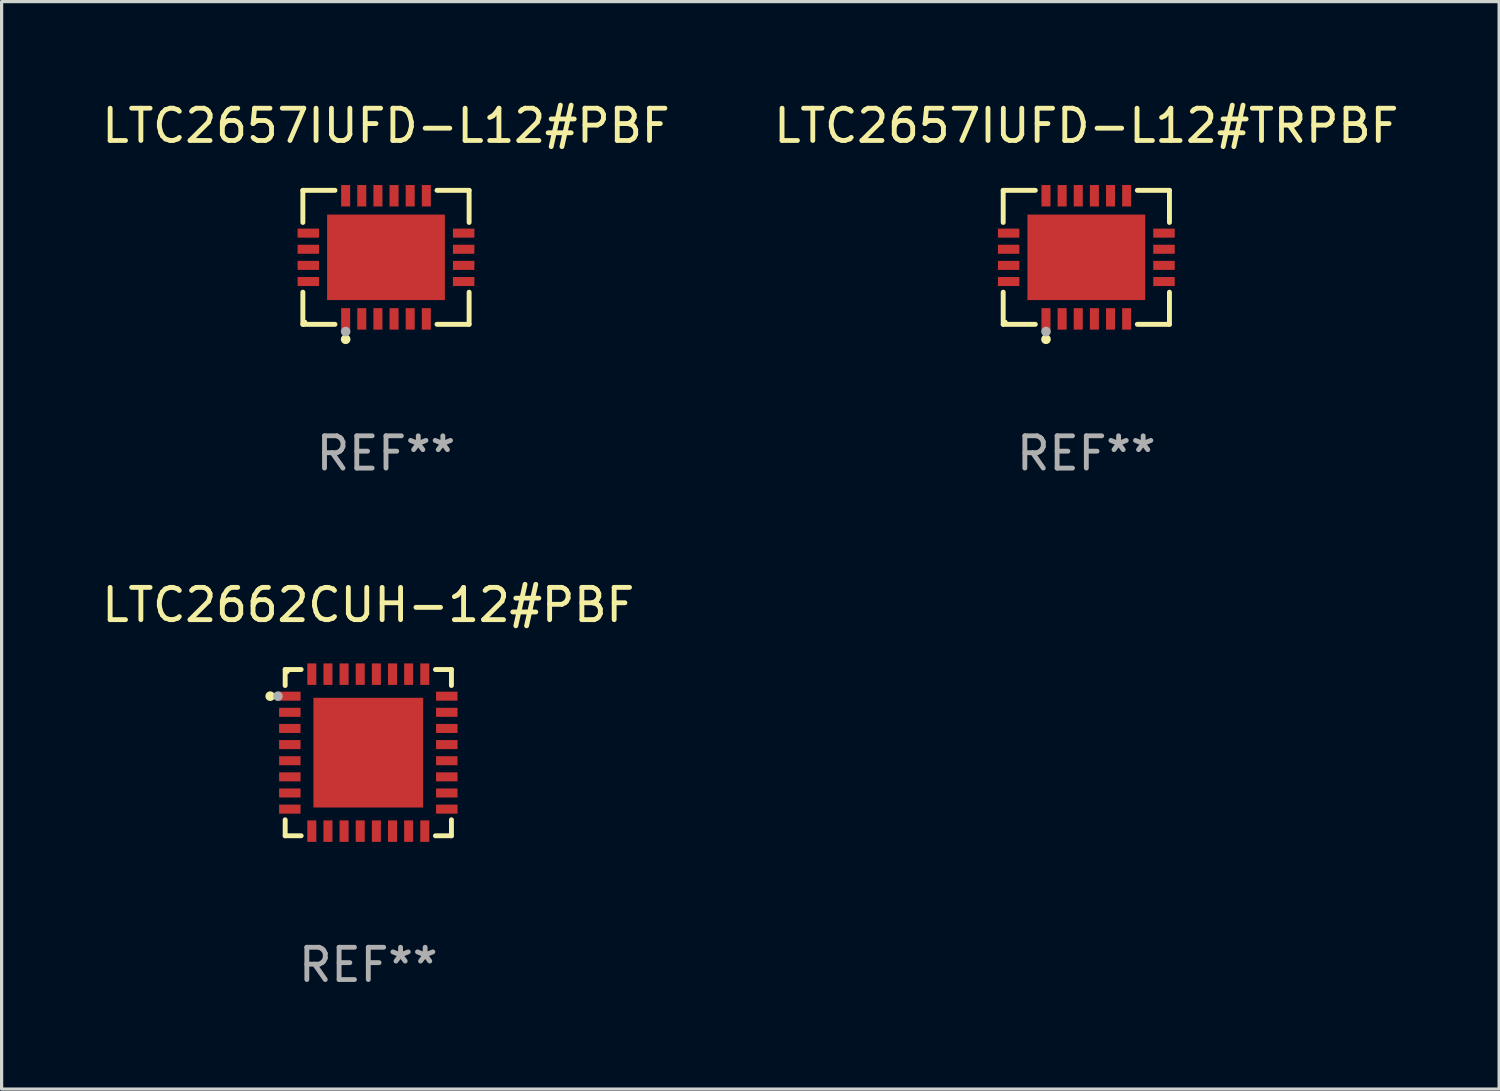
<source format=kicad_pcb>
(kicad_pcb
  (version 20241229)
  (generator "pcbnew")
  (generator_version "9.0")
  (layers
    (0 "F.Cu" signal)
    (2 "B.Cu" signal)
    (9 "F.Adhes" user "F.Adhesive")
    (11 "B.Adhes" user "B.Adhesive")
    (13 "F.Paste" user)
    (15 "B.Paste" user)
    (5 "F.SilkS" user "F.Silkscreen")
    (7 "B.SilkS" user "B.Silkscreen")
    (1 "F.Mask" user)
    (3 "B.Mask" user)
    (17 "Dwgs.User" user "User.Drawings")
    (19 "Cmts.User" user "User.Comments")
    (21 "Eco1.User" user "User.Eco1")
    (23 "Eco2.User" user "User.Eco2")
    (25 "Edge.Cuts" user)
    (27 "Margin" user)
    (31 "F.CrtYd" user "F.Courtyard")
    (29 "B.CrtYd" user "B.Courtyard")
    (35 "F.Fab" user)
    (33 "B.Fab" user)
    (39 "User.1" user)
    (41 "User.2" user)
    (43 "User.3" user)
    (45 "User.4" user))
  (footprint "LTC2662CUH-12#PBF"
    (layer "F.Cu")
    (at 8.363 20.273)
    (property "Reference" "LTC2662CUH-12#PBF" (at 0 -4.576 0) (layer "F.SilkS") (effects (font (size 1 1) (thickness 0.15))))
    (attr through_hole)
    (fp_line (start -2.576 -2.576) (end -2.576 -2.08) (stroke (width 0.152) (type solid)) (layer "F.SilkS"))
    (fp_line (start -2.576 2.576) (end -2.576 2.08) (stroke (width 0.152) (type solid)) (layer "F.SilkS"))
    (fp_line (start -2.08 -2.576) (end -2.576 -2.576) (stroke (width 0.152) (type solid)) (layer "F.SilkS"))
    (fp_line (start -2.08 2.576) (end -2.576 2.576) (stroke (width 0.152) (type solid)) (layer "F.SilkS"))
    (fp_line (start 2.08 -2.576) (end 2.576 -2.576) (stroke (width 0.152) (type solid)) (layer "F.SilkS"))
    (fp_line (start 2.08 2.576) (end 2.576 2.576) (stroke (width 0.152) (type solid)) (layer "F.SilkS"))
    (fp_line (start 2.576 -2.576) (end 2.576 -2.08) (stroke (width 0.152) (type solid)) (layer "F.SilkS"))
    (fp_line (start 2.576 2.576) (end 2.576 2.08) (stroke (width 0.152) (type solid)) (layer "F.SilkS"))
    (fp_circle (center -3.04 -1.75) (end -2.965 -1.75) (stroke (width 0.15) (type solid)) (fill no) (layer "F.SilkS"))
    (fp_circle (center -2.5 -2.5) (end -2.47 -2.5) (stroke (width 0.06) (type solid)) (fill no) (layer "F.SilkS"))
    (fp_circle (center -2.8 -1.75) (end -2.725 -1.75) (stroke (width 0.15) (type solid)) (fill no) (layer "F.Fab"))
    (fp_text user "REF**" (at 0 6.576 0) (layer "F.Fab") (effects (font (size 1 1) (thickness 0.15))))
    (pad "1" smd rect (at -2.432 -1.75) (size 0.665 0.28) (layers "F.Cu" "F.Mask" "F.Paste"))
    (pad "2" smd rect (at -2.432 -1.25) (size 0.665 0.28) (layers "F.Cu" "F.Mask" "F.Paste"))
    (pad "3" smd rect (at -2.432 -0.75) (size 0.665 0.28) (layers "F.Cu" "F.Mask" "F.Paste"))
    (pad "4" smd rect (at -2.432 -0.25) (size 0.665 0.28) (layers "F.Cu" "F.Mask" "F.Paste"))
    (pad "5" smd rect (at -2.432 0.25) (size 0.665 0.28) (layers "F.Cu" "F.Mask" "F.Paste"))
    (pad "6" smd rect (at -2.432 0.75) (size 0.665 0.28) (layers "F.Cu" "F.Mask" "F.Paste"))
    (pad "7" smd rect (at -2.432 1.25) (size 0.665 0.28) (layers "F.Cu" "F.Mask" "F.Paste"))
    (pad "8" smd rect (at -2.432 1.75) (size 0.665 0.28) (layers "F.Cu" "F.Mask" "F.Paste"))
    (pad "9" smd rect (at -1.75 2.432) (size 0.28 0.665) (layers "F.Cu" "F.Mask" "F.Paste"))
    (pad "10" smd rect (at -1.25 2.432) (size 0.28 0.665) (layers "F.Cu" "F.Mask" "F.Paste"))
    (pad "11" smd rect (at -0.75 2.432) (size 0.28 0.665) (layers "F.Cu" "F.Mask" "F.Paste"))
    (pad "12" smd rect (at -0.25 2.432) (size 0.28 0.665) (layers "F.Cu" "F.Mask" "F.Paste"))
    (pad "13" smd rect (at 0.25 2.432) (size 0.28 0.665) (layers "F.Cu" "F.Mask" "F.Paste"))
    (pad "14" smd rect (at 0.75 2.432) (size 0.28 0.665) (layers "F.Cu" "F.Mask" "F.Paste"))
    (pad "15" smd rect (at 1.25 2.432) (size 0.28 0.665) (layers "F.Cu" "F.Mask" "F.Paste"))
    (pad "16" smd rect (at 1.75 2.432) (size 0.28 0.665) (layers "F.Cu" "F.Mask" "F.Paste"))
    (pad "17" smd rect (at 2.432 1.75) (size 0.665 0.28) (layers "F.Cu" "F.Mask" "F.Paste"))
    (pad "18" smd rect (at 2.432 1.25) (size 0.665 0.28) (layers "F.Cu" "F.Mask" "F.Paste"))
    (pad "19" smd rect (at 2.432 0.75) (size 0.665 0.28) (layers "F.Cu" "F.Mask" "F.Paste"))
    (pad "20" smd rect (at 2.432 0.25) (size 0.665 0.28) (layers "F.Cu" "F.Mask" "F.Paste"))
    (pad "21" smd rect (at 2.432 -0.25) (size 0.665 0.28) (layers "F.Cu" "F.Mask" "F.Paste"))
    (pad "22" smd rect (at 2.432 -0.75) (size 0.665 0.28) (layers "F.Cu" "F.Mask" "F.Paste"))
    (pad "23" smd rect (at 2.432 -1.25) (size 0.665 0.28) (layers "F.Cu" "F.Mask" "F.Paste"))
    (pad "24" smd rect (at 2.432 -1.75) (size 0.665 0.28) (layers "F.Cu" "F.Mask" "F.Paste"))
    (pad "25" smd rect (at 1.75 -2.432) (size 0.28 0.665) (layers "F.Cu" "F.Mask" "F.Paste"))
    (pad "26" smd rect (at 1.25 -2.432) (size 0.28 0.665) (layers "F.Cu" "F.Mask" "F.Paste"))
    (pad "27" smd rect (at 0.75 -2.432) (size 0.28 0.665) (layers "F.Cu" "F.Mask" "F.Paste"))
    (pad "28" smd rect (at 0.25 -2.432) (size 0.28 0.665) (layers "F.Cu" "F.Mask" "F.Paste"))
    (pad "29" smd rect (at -0.25 -2.432) (size 0.28 0.665) (layers "F.Cu" "F.Mask" "F.Paste"))
    (pad "30" smd rect (at -0.75 -2.432) (size 0.28 0.665) (layers "F.Cu" "F.Mask" "F.Paste"))
    (pad "31" smd rect (at -1.25 -2.432) (size 0.28 0.665) (layers "F.Cu" "F.Mask" "F.Paste"))
    (pad "32" smd rect (at -1.75 -2.432) (size 0.28 0.665) (layers "F.Cu" "F.Mask" "F.Paste"))
    (pad "33" smd rect (at 0 0) (size 3.4 3.4) (layers "F.Cu" "F.Mask" "F.Paste")))
  (footprint "LTC2657IUFD-L12#TRPBF"
    (layer "F.Cu")
    (at 30.613 4.924)
    (property "Reference" "LTC2657IUFD-L12#TRPBF" (at 0 -4.076 0) (layer "F.SilkS") (effects (font (size 1 1) (thickness 0.15))))
    (attr through_hole)
    (fp_line (start -2.576 -2.076) (end -1.58 -2.076) (stroke (width 0.152) (type solid)) (layer "F.SilkS"))
    (fp_line (start -2.576 -1.08) (end -2.576 -2.076) (stroke (width 0.152) (type solid)) (layer "F.SilkS"))
    (fp_line (start -2.576 1.08) (end -2.576 2.076) (stroke (width 0.152) (type solid)) (layer "F.SilkS"))
    (fp_line (start -2.576 2.076) (end -1.58 2.076) (stroke (width 0.152) (type solid)) (layer "F.SilkS"))
    (fp_line (start 2.576 -2.076) (end 1.58 -2.076) (stroke (width 0.152) (type solid)) (layer "F.SilkS"))
    (fp_line (start 2.576 -1.08) (end 2.576 -2.076) (stroke (width 0.152) (type solid)) (layer "F.SilkS"))
    (fp_line (start 2.576 1.08) (end 2.576 2.076) (stroke (width 0.152) (type solid)) (layer "F.SilkS"))
    (fp_line (start 2.576 2.076) (end 1.58 2.076) (stroke (width 0.152) (type solid)) (layer "F.SilkS"))
    (fp_circle (center -2.5 2) (end -2.47 2) (stroke (width 0.06) (type solid)) (fill no) (layer "F.SilkS"))
    (fp_circle (center -1.25 2.54) (end -1.175 2.54) (stroke (width 0.15) (type solid)) (fill no) (layer "F.SilkS"))
    (fp_circle (center -1.25 2.3) (end -1.175 2.3) (stroke (width 0.15) (type solid)) (fill no) (layer "F.Fab"))
    (fp_text user "REF**" (at 0 6.076 0) (layer "F.Fab") (effects (font (size 1 1) (thickness 0.15))))
    (pad "1" smd rect (at -1.25 1.908) (size 0.28 0.665) (layers "F.Cu" "F.Mask" "F.Paste"))
    (pad "2" smd rect (at -0.75 1.908) (size 0.28 0.665) (layers "F.Cu" "F.Mask" "F.Paste"))
    (pad "3" smd rect (at -0.25 1.908) (size 0.28 0.665) (layers "F.Cu" "F.Mask" "F.Paste"))
    (pad "4" smd rect (at 0.25 1.908) (size 0.28 0.665) (layers "F.Cu" "F.Mask" "F.Paste"))
    (pad "5" smd rect (at 0.75 1.908) (size 0.28 0.665) (layers "F.Cu" "F.Mask" "F.Paste"))
    (pad "6" smd rect (at 1.25 1.908) (size 0.28 0.665) (layers "F.Cu" "F.Mask" "F.Paste"))
    (pad "7" smd rect (at 2.407 0.75) (size 0.665 0.28) (layers "F.Cu" "F.Mask" "F.Paste"))
    (pad "8" smd rect (at 2.407 0.25) (size 0.665 0.28) (layers "F.Cu" "F.Mask" "F.Paste"))
    (pad "9" smd rect (at 2.407 -0.25) (size 0.665 0.28) (layers "F.Cu" "F.Mask" "F.Paste"))
    (pad "10" smd rect (at 2.407 -0.75) (size 0.665 0.28) (layers "F.Cu" "F.Mask" "F.Paste"))
    (pad "11" smd rect (at 1.25 -1.908) (size 0.28 0.665) (layers "F.Cu" "F.Mask" "F.Paste"))
    (pad "12" smd rect (at 0.75 -1.908) (size 0.28 0.665) (layers "F.Cu" "F.Mask" "F.Paste"))
    (pad "13" smd rect (at 0.25 -1.908) (size 0.28 0.665) (layers "F.Cu" "F.Mask" "F.Paste"))
    (pad "14" smd rect (at -0.25 -1.908) (size 0.28 0.665) (layers "F.Cu" "F.Mask" "F.Paste"))
    (pad "15" smd rect (at -0.75 -1.908) (size 0.28 0.665) (layers "F.Cu" "F.Mask" "F.Paste"))
    (pad "16" smd rect (at -1.25 -1.908) (size 0.28 0.665) (layers "F.Cu" "F.Mask" "F.Paste"))
    (pad "17" smd rect (at -2.407 -0.75) (size 0.665 0.28) (layers "F.Cu" "F.Mask" "F.Paste"))
    (pad "18" smd rect (at -2.407 -0.25) (size 0.665 0.28) (layers "F.Cu" "F.Mask" "F.Paste"))
    (pad "19" smd rect (at -2.407 0.25) (size 0.665 0.28) (layers "F.Cu" "F.Mask" "F.Paste"))
    (pad "20" smd rect (at -2.407 0.75) (size 0.665 0.28) (layers "F.Cu" "F.Mask" "F.Paste"))
    (pad "21" smd rect (at 0 0) (size 3.65 2.65) (layers "F.Cu" "F.Mask" "F.Paste")))
  (footprint "LTC2657IUFD-L12#PBF"
    (layer "F.Cu")
    (at 8.911 4.924)
    (property "Reference" "LTC2657IUFD-L12#PBF" (at 0 -4.076 0) (layer "F.SilkS") (effects (font (size 1 1) (thickness 0.15))))
    (attr through_hole)
    (fp_line (start -2.576 -2.076) (end -1.58 -2.076) (stroke (width 0.152) (type solid)) (layer "F.SilkS"))
    (fp_line (start -2.576 -1.08) (end -2.576 -2.076) (stroke (width 0.152) (type solid)) (layer "F.SilkS"))
    (fp_line (start -2.576 1.08) (end -2.576 2.076) (stroke (width 0.152) (type solid)) (layer "F.SilkS"))
    (fp_line (start -2.576 2.076) (end -1.58 2.076) (stroke (width 0.152) (type solid)) (layer "F.SilkS"))
    (fp_line (start 2.576 -2.076) (end 1.58 -2.076) (stroke (width 0.152) (type solid)) (layer "F.SilkS"))
    (fp_line (start 2.576 -1.08) (end 2.576 -2.076) (stroke (width 0.152) (type solid)) (layer "F.SilkS"))
    (fp_line (start 2.576 1.08) (end 2.576 2.076) (stroke (width 0.152) (type solid)) (layer "F.SilkS"))
    (fp_line (start 2.576 2.076) (end 1.58 2.076) (stroke (width 0.152) (type solid)) (layer "F.SilkS"))
    (fp_circle (center -2.5 2) (end -2.47 2) (stroke (width 0.06) (type solid)) (fill no) (layer "F.SilkS"))
    (fp_circle (center -1.25 2.54) (end -1.175 2.54) (stroke (width 0.15) (type solid)) (fill no) (layer "F.SilkS"))
    (fp_circle (center -1.25 2.3) (end -1.175 2.3) (stroke (width 0.15) (type solid)) (fill no) (layer "F.Fab"))
    (fp_text user "REF**" (at 0 6.076 0) (layer "F.Fab") (effects (font (size 1 1) (thickness 0.15))))
    (pad "1" smd rect (at -1.25 1.908) (size 0.28 0.665) (layers "F.Cu" "F.Mask" "F.Paste"))
    (pad "2" smd rect (at -0.75 1.908) (size 0.28 0.665) (layers "F.Cu" "F.Mask" "F.Paste"))
    (pad "3" smd rect (at -0.25 1.908) (size 0.28 0.665) (layers "F.Cu" "F.Mask" "F.Paste"))
    (pad "4" smd rect (at 0.25 1.908) (size 0.28 0.665) (layers "F.Cu" "F.Mask" "F.Paste"))
    (pad "5" smd rect (at 0.75 1.908) (size 0.28 0.665) (layers "F.Cu" "F.Mask" "F.Paste"))
    (pad "6" smd rect (at 1.25 1.908) (size 0.28 0.665) (layers "F.Cu" "F.Mask" "F.Paste"))
    (pad "7" smd rect (at 2.407 0.75) (size 0.665 0.28) (layers "F.Cu" "F.Mask" "F.Paste"))
    (pad "8" smd rect (at 2.407 0.25) (size 0.665 0.28) (layers "F.Cu" "F.Mask" "F.Paste"))
    (pad "9" smd rect (at 2.407 -0.25) (size 0.665 0.28) (layers "F.Cu" "F.Mask" "F.Paste"))
    (pad "10" smd rect (at 2.407 -0.75) (size 0.665 0.28) (layers "F.Cu" "F.Mask" "F.Paste"))
    (pad "11" smd rect (at 1.25 -1.908) (size 0.28 0.665) (layers "F.Cu" "F.Mask" "F.Paste"))
    (pad "12" smd rect (at 0.75 -1.908) (size 0.28 0.665) (layers "F.Cu" "F.Mask" "F.Paste"))
    (pad "13" smd rect (at 0.25 -1.908) (size 0.28 0.665) (layers "F.Cu" "F.Mask" "F.Paste"))
    (pad "14" smd rect (at -0.25 -1.908) (size 0.28 0.665) (layers "F.Cu" "F.Mask" "F.Paste"))
    (pad "15" smd rect (at -0.75 -1.908) (size 0.28 0.665) (layers "F.Cu" "F.Mask" "F.Paste"))
    (pad "16" smd rect (at -1.25 -1.908) (size 0.28 0.665) (layers "F.Cu" "F.Mask" "F.Paste"))
    (pad "17" smd rect (at -2.407 -0.75) (size 0.665 0.28) (layers "F.Cu" "F.Mask" "F.Paste"))
    (pad "18" smd rect (at -2.407 -0.25) (size 0.665 0.28) (layers "F.Cu" "F.Mask" "F.Paste"))
    (pad "19" smd rect (at -2.407 0.25) (size 0.665 0.28) (layers "F.Cu" "F.Mask" "F.Paste"))
    (pad "20" smd rect (at -2.407 0.75) (size 0.665 0.28) (layers "F.Cu" "F.Mask" "F.Paste"))
    (pad "21" smd rect (at 0 0) (size 3.65 2.65) (layers "F.Cu" "F.Mask" "F.Paste")))
  (gr_rect
    (start -3 -3)
    (end 43.405 30.698)
    (stroke (width 0.1) (type default))
    (fill no)
    (layer "Edge.Cuts")))
</source>
